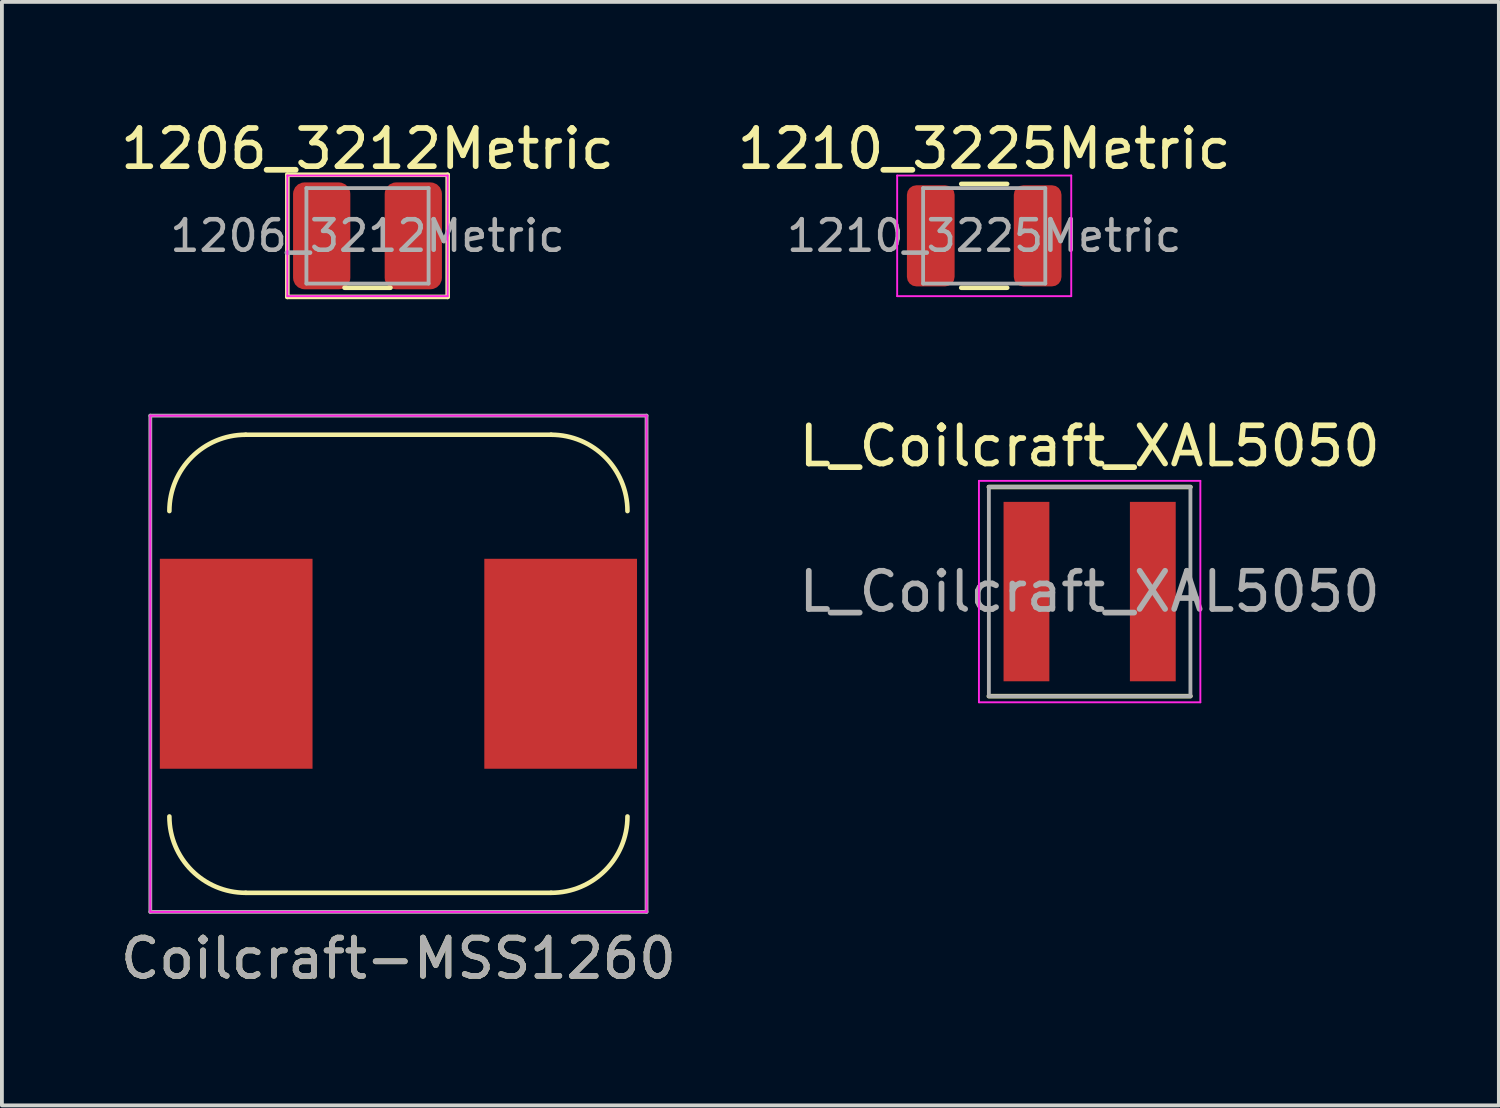
<source format=kicad_pcb>
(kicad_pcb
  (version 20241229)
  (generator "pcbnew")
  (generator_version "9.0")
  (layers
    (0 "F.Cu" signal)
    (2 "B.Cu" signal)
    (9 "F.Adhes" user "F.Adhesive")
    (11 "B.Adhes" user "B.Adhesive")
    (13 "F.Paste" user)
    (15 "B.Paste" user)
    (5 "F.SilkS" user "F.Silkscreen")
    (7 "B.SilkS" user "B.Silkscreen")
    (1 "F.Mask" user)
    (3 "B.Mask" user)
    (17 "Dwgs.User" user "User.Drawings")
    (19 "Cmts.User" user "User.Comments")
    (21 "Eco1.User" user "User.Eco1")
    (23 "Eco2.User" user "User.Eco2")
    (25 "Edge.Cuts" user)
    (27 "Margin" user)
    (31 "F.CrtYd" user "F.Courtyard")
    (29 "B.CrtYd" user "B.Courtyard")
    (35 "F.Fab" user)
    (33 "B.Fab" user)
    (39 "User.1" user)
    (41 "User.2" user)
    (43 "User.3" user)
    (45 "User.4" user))
  (footprint "L_Coilcraft_XAL5050"
    (layer "F.Cu")
    (at 25.494 12.447)
    (property "Reference" "L_Coilcraft_XAL5050" (at 0 -3.81 0) (layer "F.SilkS") (effects (font (size 1 1) (thickness 0.15))))
    (attr smd)
    (fp_line (start -2.64 -2.74) (end 2.64 -2.74) (stroke (width 0.12) (type solid)) (layer "F.SilkS"))
    (fp_line (start 2.64 2.74) (end -2.64 2.74) (stroke (width 0.12) (type solid)) (layer "F.SilkS"))
    (fp_line (start -2.9 -2.9) (end 2.9 -2.9) (stroke (width 0.05) (type solid)) (layer "F.CrtYd"))
    (fp_line (start -2.9 2.9) (end -2.9 -2.9) (stroke (width 0.05) (type solid)) (layer "F.CrtYd"))
    (fp_line (start 2.9 -2.9) (end 2.9 2.9) (stroke (width 0.05) (type solid)) (layer "F.CrtYd"))
    (fp_line (start 2.9 2.9) (end -2.9 2.9) (stroke (width 0.05) (type solid)) (layer "F.CrtYd"))
    (fp_line (start -2.64 -2.74) (end 2.64 -2.74) (stroke (width 0.1) (type solid)) (layer "F.Fab"))
    (fp_line (start -2.64 2.74) (end -2.64 -2.74) (stroke (width 0.1) (type solid)) (layer "F.Fab"))
    (fp_line (start 2.64 -2.74) (end 2.64 2.74) (stroke (width 0.1) (type solid)) (layer "F.Fab"))
    (fp_line (start 2.64 2.74) (end -2.64 2.74) (stroke (width 0.1) (type solid)) (layer "F.Fab"))
    (fp_text user "${REFERENCE}" (at 0 0 0) (layer "F.Fab") (effects (font (size 1 1) (thickness 0.15))))
    (pad "1" smd rect (at -1.655 0) (size 1.2 4.7) (layers "F.Cu" "F.Mask" "F.Paste"))
    (pad "2" smd rect (at 1.655 0) (size 1.2 4.7) (layers "F.Cu" "F.Mask" "F.Paste")))
  (footprint "1206_3212Metric"
    (layer "F.Cu")
    (at 6.577 3.128)
    (property "Reference" "1206_3212Metric" (at 0 -2.28 0) (layer "F.SilkS") (effects (font (size 1 1) (thickness 0.15))))
    (attr smd)
    (fp_line (start -2.1 -1.6) (end -2.1 1.6) (stroke (width 0.12) (type default)) (layer "F.SilkS"))
    (fp_line (start -2.1 -1.6) (end 2.1 -1.6) (stroke (width 0.12) (type solid)) (layer "F.SilkS"))
    (fp_line (start -2.1 1.6) (end 2.1 1.6) (stroke (width 0.12) (type default)) (layer "F.SilkS"))
    (fp_line (start -0.602 1.36) (end 0.602 1.36) (stroke (width 0.12) (type solid)) (layer "F.SilkS"))
    (fp_line (start 2.1 1.6) (end 2.1 -1.6) (stroke (width 0.12) (type default)) (layer "F.SilkS"))
    (fp_line (start -2.1 -1.58) (end 2.1 -1.58) (stroke (width 0.05) (type solid)) (layer "F.CrtYd"))
    (fp_line (start -2.1 1.58) (end -2.1 -1.58) (stroke (width 0.05) (type solid)) (layer "F.CrtYd"))
    (fp_line (start 2.1 -1.58) (end 2.1 1.58) (stroke (width 0.05) (type solid)) (layer "F.CrtYd"))
    (fp_line (start 2.1 1.58) (end -2.1 1.58) (stroke (width 0.05) (type solid)) (layer "F.CrtYd"))
    (fp_line (start -1.6 -1.25) (end 1.6 -1.25) (stroke (width 0.1) (type solid)) (layer "F.Fab"))
    (fp_line (start -1.6 1.25) (end -1.6 -1.25) (stroke (width 0.1) (type solid)) (layer "F.Fab"))
    (fp_line (start 1.6 -1.25) (end 1.6 1.25) (stroke (width 0.1) (type solid)) (layer "F.Fab"))
    (fp_line (start 1.6 1.25) (end -1.6 1.25) (stroke (width 0.1) (type solid)) (layer "F.Fab"))
    (fp_text user "${REFERENCE}" (at 0 0 0) (layer "F.Fab") (effects (font (size 0.8 0.8) (thickness 0.12))))
    (pad "1" smd roundrect (at -1.2 0) (size 1.5 2.8) (layers "F.Cu" "F.Mask" "F.Paste") (roundrect_rratio 0.2))
    (pad "2" smd roundrect (at 1.2 0) (size 1.5 2.8) (layers "F.Cu" "F.Mask" "F.Paste") (roundrect_rratio 0.2)))
  (footprint "Coilcraft-MSS1260"
    (layer "F.Cu")
    (at 7.387 14.338)
    (property "Reference" "Coilcraft-MSS1260" (at 0 7.72 0) (layer "F.SilkS") (effects (font (size 1 1) (thickness 0.15))))
    (attr smd)
    (fp_line (start -4 -6) (end 4 -6) (stroke (width 0.12) (type solid)) (layer "F.SilkS"))
    (fp_line (start -4 6) (end 4 6) (stroke (width 0.12) (type solid)) (layer "F.SilkS"))
    (fp_arc (start -6 -4) (mid -5.414214 -5.414214) (end -4 -6) (stroke (width 0.12) (type solid)) (layer "F.SilkS"))
    (fp_arc (start -4 6) (mid -5.414214 5.414214) (end -6 4) (stroke (width 0.12) (type solid)) (layer "F.SilkS"))
    (fp_arc (start 4 -6) (mid 5.414214 -5.414214) (end 6 -4) (stroke (width 0.12) (type solid)) (layer "F.SilkS"))
    (fp_arc (start 6 4) (mid 5.414214 5.414214) (end 4 6) (stroke (width 0.12) (type solid)) (layer "F.SilkS"))
    (fp_line (start -6.5 -6.5) (end -6.5 6.5) (stroke (width 0.05) (type solid)) (layer "F.CrtYd"))
    (fp_line (start -6.5 -6.5) (end 6.5 -6.5) (stroke (width 0.05) (type solid)) (layer "F.CrtYd"))
    (fp_line (start 6.5 -6.5) (end 6.5 6.5) (stroke (width 0.05) (type solid)) (layer "F.CrtYd"))
    (fp_line (start 6.5 6.5) (end -6.5 6.5) (stroke (width 0.05) (type solid)) (layer "F.CrtYd"))
    (fp_line (start -6.5 -6.5) (end -6.5 6.5) (stroke (width 0.1) (type solid)) (layer "F.Fab"))
    (fp_line (start -6.5 -6.5) (end 6.5 -6.5) (stroke (width 0.1) (type solid)) (layer "F.Fab"))
    (fp_line (start 6.5 -6.5) (end 6.5 6.5) (stroke (width 0.1) (type solid)) (layer "F.Fab"))
    (fp_line (start 6.5 6.5) (end -6.5 6.5) (stroke (width 0.1) (type solid)) (layer "F.Fab"))
    (fp_text user "${REFERENCE}" (at 0 7.72 0) (layer "F.Fab") (effects (font (size 1 1) (thickness 0.15))))
    (pad "1" smd rect (at -4.25 0) (size 4 5.5) (layers "F.Cu" "F.Mask" "F.Paste"))
    (pad "2" smd rect (at 4.25 0) (size 4 5.5) (layers "F.Cu" "F.Mask" "F.Paste")))
  (footprint "1210_3225Metric"
    (layer "F.Cu")
    (at 22.732 3.128)
    (property "Reference" "1210_3225Metric" (at 0 -2.28 0) (layer "F.SilkS") (effects (font (size 1 1) (thickness 0.15))))
    (attr smd)
    (fp_line (start -0.602 -1.36) (end 0.602 -1.36) (stroke (width 0.12) (type solid)) (layer "F.SilkS"))
    (fp_line (start -0.602 1.36) (end 0.602 1.36) (stroke (width 0.12) (type solid)) (layer "F.SilkS"))
    (fp_line (start -2.28 -1.58) (end 2.28 -1.58) (stroke (width 0.05) (type solid)) (layer "F.CrtYd"))
    (fp_line (start -2.28 1.58) (end -2.28 -1.58) (stroke (width 0.05) (type solid)) (layer "F.CrtYd"))
    (fp_line (start 2.28 -1.58) (end 2.28 1.58) (stroke (width 0.05) (type solid)) (layer "F.CrtYd"))
    (fp_line (start 2.28 1.58) (end -2.28 1.58) (stroke (width 0.05) (type solid)) (layer "F.CrtYd"))
    (fp_line (start -1.6 -1.25) (end 1.6 -1.25) (stroke (width 0.1) (type solid)) (layer "F.Fab"))
    (fp_line (start -1.6 1.25) (end -1.6 -1.25) (stroke (width 0.1) (type solid)) (layer "F.Fab"))
    (fp_line (start 1.6 -1.25) (end 1.6 1.25) (stroke (width 0.1) (type solid)) (layer "F.Fab"))
    (fp_line (start 1.6 1.25) (end -1.6 1.25) (stroke (width 0.1) (type solid)) (layer "F.Fab"))
    (fp_text user "${REFERENCE}" (at 0 0 0) (layer "F.Fab") (effects (font (size 0.8 0.8) (thickness 0.12))))
    (pad "1" smd roundrect (at -1.4 0) (size 1.25 2.65) (layers "F.Cu" "F.Mask" "F.Paste") (roundrect_rratio 0.2))
    (pad "2" smd roundrect (at 1.4 0) (size 1.25 2.65) (layers "F.Cu" "F.Mask" "F.Paste") (roundrect_rratio 0.2)))
  (gr_rect
    (start -3 -3)
    (end 36.214 25.907)
    (stroke (width 0.1) (type default))
    (fill no)
    (layer "Edge.Cuts")))
</source>
